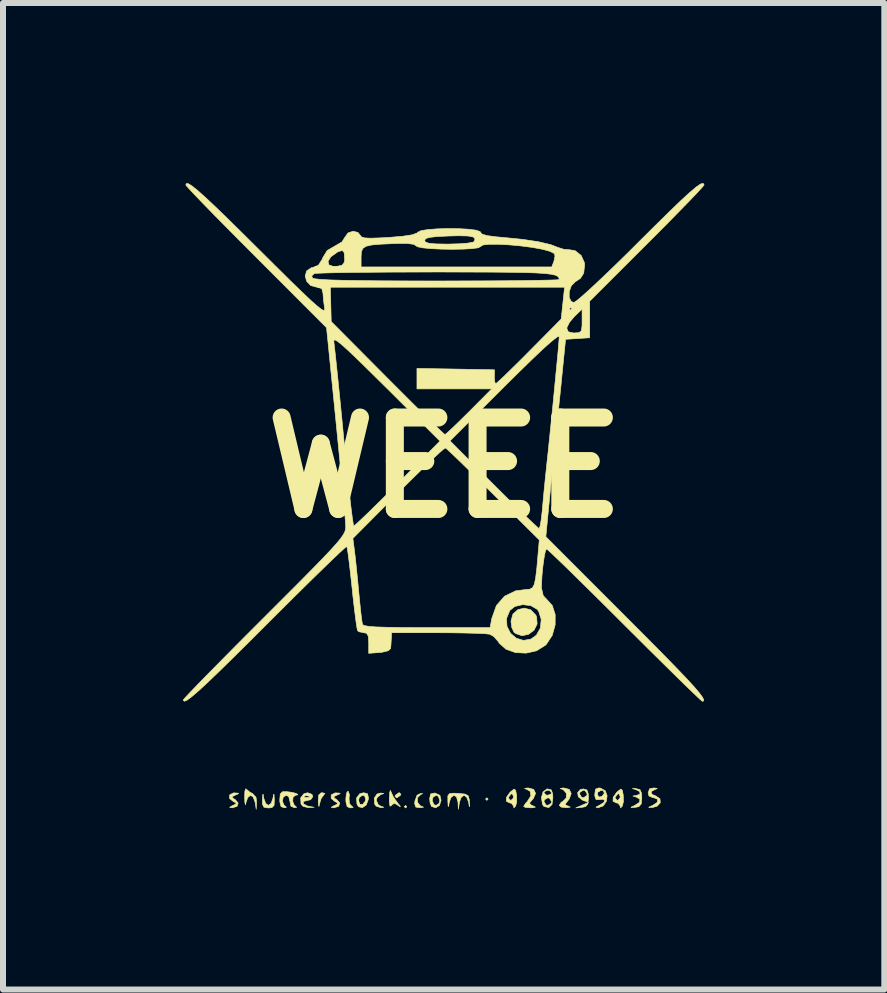
<source format=kicad_pcb>
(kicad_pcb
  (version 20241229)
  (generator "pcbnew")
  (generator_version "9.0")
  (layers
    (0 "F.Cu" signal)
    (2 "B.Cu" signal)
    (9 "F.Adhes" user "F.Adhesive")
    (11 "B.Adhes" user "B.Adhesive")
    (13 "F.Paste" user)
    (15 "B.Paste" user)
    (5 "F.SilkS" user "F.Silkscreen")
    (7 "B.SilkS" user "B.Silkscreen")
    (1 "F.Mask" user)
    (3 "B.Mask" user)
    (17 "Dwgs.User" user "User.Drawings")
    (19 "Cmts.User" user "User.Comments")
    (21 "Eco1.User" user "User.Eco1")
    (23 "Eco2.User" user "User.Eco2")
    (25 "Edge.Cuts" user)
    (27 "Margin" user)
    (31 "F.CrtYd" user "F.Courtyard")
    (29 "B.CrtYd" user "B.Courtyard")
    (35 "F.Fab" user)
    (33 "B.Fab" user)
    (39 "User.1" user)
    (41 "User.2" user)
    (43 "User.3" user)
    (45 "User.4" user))
  (footprint "WEEE"
    (layer "F.Cu")
    (at 4.365 4.743)
    (property "Reference" "WEEE" (at 0 0 0) (layer "F.SilkS") (effects (font (size 1.524 1.524) (thickness 0.3))))
    (attr through_hole)
    (fp_poly (pts (xy 2.392 5.58) (xy 2.385 5.583) (xy 2.385 5.577) (xy 2.392 5.58)) (stroke (width 0.01) (type solid)) (fill yes) (layer "F.SilkS"))
    (fp_poly (pts (xy -0.635 5.652) (xy -0.656 5.673) (xy -0.677 5.652) (xy -0.656 5.63) (xy -0.635 5.652)) (stroke (width 0.01) (type solid)) (fill yes) (layer "F.SilkS"))
    (fp_poly (pts (xy 0.72 5.524) (xy 0.699 5.546) (xy 0.677 5.524) (xy 0.699 5.503) (xy 0.72 5.524)) (stroke (width 0.01) (type solid)) (fill yes) (layer "F.SilkS"))
    (fp_poly (pts (xy 2.383 5.605) (xy 2.344 5.65) (xy 2.286 5.662) (xy 2.18 5.672) (xy 2.385 5.583) (xy 2.383 5.605)) (stroke (width 0.01) (type solid)) (fill yes) (layer "F.SilkS"))
    (fp_poly (pts (xy -0.734 5.445) (xy -0.741 5.461) (xy -0.797 5.502) (xy -0.809 5.503) (xy -0.832 5.477) (xy -0.826 5.461) (xy -0.769 5.42) (xy -0.757 5.419) (xy -0.734 5.445)) (stroke (width 0.01) (type solid)) (fill yes) (layer "F.SilkS"))
    (fp_poly (pts (xy -1.999 5.431) (xy -2.017 5.451) (xy -2.062 5.514) (xy -2.085 5.588) (xy -2.099 5.647) (xy -2.107 5.63) (xy -2.111 5.556) (xy -2.104 5.458) (xy -2.064 5.421) (xy -2.043 5.419) (xy -1.999 5.431)) (stroke (width 0.01) (type solid)) (fill yes) (layer "F.SilkS"))
    (fp_poly (pts (xy -1.613 5.395) (xy -1.591 5.45) (xy -1.598 5.508) (xy -1.592 5.598) (xy -1.562 5.634) (xy -1.529 5.664) (xy -1.577 5.672) (xy -1.577 5.672) (xy -1.629 5.651) (xy -1.649 5.575) (xy -1.651 5.522) (xy -1.642 5.43) (xy -1.619 5.393) (xy -1.613 5.395)) (stroke (width 0.01) (type solid)) (fill yes) (layer "F.SilkS"))
    (fp_poly (pts (xy -0.901 5.397) (xy -0.859 5.49) (xy -0.79 5.587) (xy -0.741 5.647) (xy -0.751 5.65) (xy -0.776 5.632) (xy -0.84 5.594) (xy -0.881 5.617) (xy -0.892 5.633) (xy -0.916 5.643) (xy -0.926 5.571) (xy -0.926 5.503) (xy -0.92 5.41) (xy -0.909 5.38) (xy -0.901 5.397)) (stroke (width 0.01) (type solid)) (fill yes) (layer "F.SilkS"))
    (fp_poly (pts (xy -0.37 5.434) (xy -0.401 5.447) (xy -0.456 5.498) (xy -0.459 5.575) (xy -0.413 5.635) (xy -0.392 5.643) (xy -0.356 5.659) (xy -0.401 5.667) (xy -0.416 5.668) (xy -0.485 5.658) (xy -0.504 5.603) (xy -0.5 5.557) (xy -0.464 5.46) (xy -0.412 5.434) (xy -0.37 5.434)) (stroke (width 0.01) (type solid)) (fill yes) (layer "F.SilkS"))
    (fp_poly (pts (xy 1.431 2.371) (xy 1.514 2.457) (xy 1.528 2.486) (xy 1.537 2.606) (xy 1.486 2.709) (xy 1.394 2.779) (xy 1.284 2.802) (xy 1.176 2.764) (xy 1.151 2.743) (xy 1.115 2.667) (xy 1.101 2.559) (xy 1.134 2.441) (xy 1.216 2.367) (xy 1.324 2.342) (xy 1.431 2.371)) (stroke (width 0.01) (type solid)) (fill yes) (layer "F.SilkS"))
    (fp_poly (pts (xy -1.018 5.43) (xy -1.048 5.442) (xy -1.069 5.448) (xy -1.131 5.501) (xy -1.143 5.546) (xy -1.109 5.621) (xy -1.069 5.643) (xy -1.018 5.66) (xy -1.049 5.666) (xy -1.07 5.668) (xy -1.147 5.641) (xy -1.17 5.609) (xy -1.178 5.51) (xy -1.131 5.44) (xy -1.07 5.424) (xy -1.018 5.43)) (stroke (width 0.01) (type solid)) (fill yes) (layer "F.SilkS"))
    (fp_poly (pts (xy -3.312 5.358) (xy -3.248 5.411) (xy -3.207 5.431) (xy -3.148 5.495) (xy -3.139 5.576) (xy -3.145 5.694) (xy -3.163 5.577) (xy -3.194 5.493) (xy -3.239 5.461) (xy -3.286 5.498) (xy -3.314 5.577) (xy -3.325 5.62) (xy -3.334 5.579) (xy -3.337 5.503) (xy -3.335 5.401) (xy -3.322 5.354) (xy -3.312 5.358)) (stroke (width 0.01) (type solid)) (fill yes) (layer "F.SilkS"))
    (fp_poly (pts (xy -2.848 5.449) (xy -2.843 5.535) (xy -2.847 5.63) (xy -2.884 5.667) (xy -2.942 5.673) (xy -3.015 5.661) (xy -3.041 5.611) (xy -3.042 5.535) (xy -3.036 5.449) (xy -3.03 5.443) (xy -3.018 5.514) (xy -2.987 5.598) (xy -2.942 5.63) (xy -2.895 5.594) (xy -2.867 5.514) (xy -2.854 5.443) (xy -2.848 5.449)) (stroke (width 0.01) (type solid)) (fill yes) (layer "F.SilkS"))
    (fp_poly (pts (xy -3.438 5.427) (xy -3.454 5.442) (xy -3.491 5.457) (xy -3.549 5.486) (xy -3.529 5.513) (xy -3.495 5.533) (xy -3.446 5.591) (xy -3.465 5.646) (xy -3.543 5.67) (xy -3.548 5.67) (xy -3.589 5.662) (xy -3.553 5.64) (xy -3.535 5.632) (xy -3.477 5.602) (xy -3.496 5.579) (xy -3.524 5.567) (xy -3.59 5.513) (xy -3.588 5.455) (xy -3.525 5.422) (xy -3.503 5.422) (xy -3.438 5.427)) (stroke (width 0.01) (type solid)) (fill yes) (layer "F.SilkS"))
    (fp_poly (pts (xy -1.745 5.427) (xy -1.761 5.442) (xy -1.797 5.457) (xy -1.855 5.486) (xy -1.836 5.513) (xy -1.802 5.533) (xy -1.752 5.591) (xy -1.772 5.646) (xy -1.85 5.67) (xy -1.855 5.67) (xy -1.896 5.662) (xy -1.86 5.64) (xy -1.841 5.632) (xy -1.784 5.602) (xy -1.803 5.579) (xy -1.831 5.567) (xy -1.896 5.513) (xy -1.895 5.455) (xy -1.831 5.422) (xy -1.81 5.422) (xy -1.745 5.427)) (stroke (width 0.01) (type solid)) (fill yes) (layer "F.SilkS"))
    (fp_poly (pts (xy 1.479 5.363) (xy 1.511 5.43) (xy 1.473 5.517) (xy 1.459 5.532) (xy 1.411 5.588) (xy 1.427 5.618) (xy 1.466 5.636) (xy 1.508 5.658) (xy 1.475 5.668) (xy 1.429 5.67) (xy 1.344 5.664) (xy 1.312 5.648) (xy 1.339 5.603) (xy 1.376 5.561) (xy 1.433 5.47) (xy 1.421 5.396) (xy 1.365 5.363) (xy 1.328 5.348) (xy 1.373 5.34) (xy 1.388 5.339) (xy 1.479 5.363)) (stroke (width 0.01) (type solid)) (fill yes) (layer "F.SilkS"))
    (fp_poly (pts (xy 2.366 5.372) (xy 2.389 5.437) (xy 2.392 5.503) (xy 2.385 5.577) (xy 2.293 5.542) (xy 2.223 5.486) (xy 2.216 5.44) (xy 2.244 5.44) (xy 2.278 5.496) (xy 2.307 5.503) (xy 2.363 5.469) (xy 2.371 5.44) (xy 2.337 5.384) (xy 2.307 5.376) (xy 2.251 5.41) (xy 2.244 5.44) (xy 2.216 5.44) (xy 2.212 5.417) (xy 2.257 5.365) (xy 2.308 5.355) (xy 2.366 5.372)) (stroke (width 0.01) (type solid)) (fill yes) (layer "F.SilkS"))
    (fp_poly (pts (xy -1.29 5.435) (xy -1.275 5.5) (xy -1.278 5.535) (xy -1.312 5.623) (xy -1.374 5.667) (xy -1.437 5.653) (xy -1.465 5.612) (xy -1.47 5.549) (xy -1.439 5.549) (xy -1.417 5.611) (xy -1.37 5.613) (xy -1.327 5.558) (xy -1.32 5.532) (xy -1.338 5.471) (xy -1.373 5.461) (xy -1.428 5.497) (xy -1.439 5.549) (xy -1.47 5.549) (xy -1.473 5.507) (xy -1.419 5.435) (xy -1.353 5.419) (xy -1.29 5.435)) (stroke (width 0.01) (type solid)) (fill yes) (layer "F.SilkS"))
    (fp_poly (pts (xy 2.072 5.363) (xy 2.105 5.433) (xy 2.071 5.524) (xy 2.055 5.544) (xy 2.008 5.604) (xy 2.021 5.631) (xy 2.061 5.643) (xy 2.09 5.658) (xy 2.036 5.667) (xy 2.021 5.668) (xy 1.937 5.658) (xy 1.905 5.629) (xy 1.939 5.577) (xy 1.968 5.561) (xy 2.023 5.505) (xy 2.024 5.427) (xy 1.973 5.369) (xy 1.958 5.363) (xy 1.921 5.348) (xy 1.965 5.34) (xy 1.98 5.339) (xy 2.072 5.363)) (stroke (width 0.01) (type solid)) (fill yes) (layer "F.SilkS"))
    (fp_poly (pts (xy 3.539 5.346) (xy 3.515 5.36) (xy 3.503 5.363) (xy 3.436 5.4) (xy 3.449 5.444) (xy 3.517 5.474) (xy 3.584 5.52) (xy 3.589 5.585) (xy 3.537 5.642) (xy 3.471 5.662) (xy 3.398 5.667) (xy 3.406 5.655) (xy 3.461 5.631) (xy 3.539 5.579) (xy 3.549 5.53) (xy 3.49 5.504) (xy 3.471 5.503) (xy 3.401 5.473) (xy 3.387 5.419) (xy 3.412 5.352) (xy 3.482 5.339) (xy 3.539 5.346)) (stroke (width 0.01) (type solid)) (fill yes) (layer "F.SilkS"))
    (fp_poly (pts (xy -0.159 5.426) (xy -0.083 5.463) (xy -0.064 5.545) (xy -0.091 5.63) (xy -0.154 5.67) (xy -0.223 5.647) (xy -0.224 5.646) (xy -0.248 5.584) (xy -0.251 5.546) (xy -0.212 5.546) (xy -0.185 5.615) (xy -0.148 5.63) (xy -0.096 5.595) (xy -0.085 5.546) (xy -0.111 5.477) (xy -0.148 5.461) (xy -0.2 5.496) (xy -0.212 5.546) (xy -0.251 5.546) (xy -0.254 5.514) (xy -0.238 5.439) (xy -0.175 5.424) (xy -0.159 5.426)) (stroke (width 0.01) (type solid)) (fill yes) (layer "F.SilkS"))
    (fp_poly (pts (xy 3.185 5.35) (xy 3.251 5.368) (xy 3.277 5.428) (xy 3.281 5.503) (xy 3.272 5.605) (xy 3.233 5.65) (xy 3.175 5.662) (xy 3.102 5.667) (xy 3.11 5.655) (xy 3.164 5.631) (xy 3.245 5.577) (xy 3.249 5.525) (xy 3.186 5.49) (xy 3.133 5.474) (xy 3.163 5.467) (xy 3.186 5.466) (xy 3.251 5.442) (xy 3.247 5.399) (xy 3.175 5.363) (xy 3.174 5.363) (xy 3.124 5.35) (xy 3.154 5.348) (xy 3.185 5.35)) (stroke (width 0.01) (type solid)) (fill yes) (layer "F.SilkS"))
    (fp_poly (pts (xy -2.217 5.445) (xy -2.201 5.482) (xy -2.237 5.534) (xy -2.286 5.546) (xy -2.359 5.564) (xy -2.361 5.602) (xy -2.296 5.638) (xy -2.275 5.643) (xy -2.18 5.661) (xy -2.277 5.667) (xy -2.362 5.647) (xy -2.398 5.609) (xy -2.404 5.506) (xy -2.395 5.493) (xy -2.352 5.493) (xy -2.311 5.5) (xy -2.256 5.492) (xy -2.255 5.478) (xy -2.312 5.468) (xy -2.336 5.474) (xy -2.352 5.493) (xy -2.395 5.493) (xy -2.35 5.435) (xy -2.287 5.419) (xy -2.217 5.445)) (stroke (width 0.01) (type solid)) (fill yes) (layer "F.SilkS"))
    (fp_poly (pts (xy 0.222 5.43) (xy 0.336 5.441) (xy 0.389 5.47) (xy 0.406 5.536) (xy 0.408 5.567) (xy 0.412 5.649) (xy 0.407 5.649) (xy 0.395 5.577) (xy 0.363 5.493) (xy 0.318 5.461) (xy 0.27 5.498) (xy 0.242 5.577) (xy 0.224 5.694) (xy 0.218 5.577) (xy 0.193 5.488) (xy 0.151 5.461) (xy 0.101 5.498) (xy 0.073 5.577) (xy 0.06 5.649) (xy 0.054 5.643) (xy 0.049 5.557) (xy 0.049 5.471) (xy 0.076 5.433) (xy 0.153 5.426) (xy 0.222 5.43)) (stroke (width 0.01) (type solid)) (fill yes) (layer "F.SilkS"))
    (fp_poly (pts (xy 1.178 5.376) (xy 1.194 5.458) (xy 1.197 5.567) (xy 1.179 5.64) (xy 1.15 5.672) (xy 1.144 5.641) (xy 1.109 5.594) (xy 1.079 5.588) (xy 1.024 5.561) (xy 1.026 5.506) (xy 1.058 5.506) (xy 1.091 5.545) (xy 1.101 5.546) (xy 1.138 5.511) (xy 1.143 5.48) (xy 1.122 5.436) (xy 1.101 5.44) (xy 1.06 5.494) (xy 1.058 5.506) (xy 1.026 5.506) (xy 1.026 5.496) (xy 1.084 5.413) (xy 1.096 5.402) (xy 1.152 5.358) (xy 1.178 5.376)) (stroke (width 0.01) (type solid)) (fill yes) (layer "F.SilkS"))
    (fp_poly (pts (xy 2.956 5.376) (xy 2.972 5.458) (xy 2.975 5.567) (xy 2.957 5.64) (xy 2.928 5.672) (xy 2.922 5.641) (xy 2.887 5.594) (xy 2.857 5.588) (xy 2.802 5.561) (xy 2.804 5.506) (xy 2.836 5.506) (xy 2.869 5.545) (xy 2.879 5.546) (xy 2.916 5.511) (xy 2.921 5.48) (xy 2.9 5.436) (xy 2.879 5.44) (xy 2.838 5.494) (xy 2.836 5.506) (xy 2.804 5.506) (xy 2.804 5.496) (xy 2.862 5.413) (xy 2.874 5.402) (xy 2.93 5.358) (xy 2.956 5.376)) (stroke (width 0.01) (type solid)) (fill yes) (layer "F.SilkS"))
    (fp_poly (pts (xy -2.534 5.415) (xy -2.47 5.435) (xy -2.45 5.453) (xy -2.491 5.461) (xy -2.531 5.493) (xy -2.537 5.562) (xy -2.511 5.627) (xy -2.487 5.645) (xy -2.472 5.663) (xy -2.508 5.669) (xy -2.567 5.642) (xy -2.582 5.567) (xy -2.604 5.482) (xy -2.646 5.461) (xy -2.695 5.493) (xy -2.708 5.562) (xy -2.681 5.627) (xy -2.656 5.645) (xy -2.642 5.663) (xy -2.678 5.669) (xy -2.731 5.65) (xy -2.751 5.572) (xy -2.752 5.533) (xy -2.744 5.438) (xy -2.706 5.402) (xy -2.622 5.402) (xy -2.534 5.415)) (stroke (width 0.01) (type solid)) (fill yes) (layer "F.SilkS"))
    (fp_poly (pts (xy 2.593 5.342) (xy 2.672 5.385) (xy 2.703 5.468) (xy 2.691 5.562) (xy 2.639 5.638) (xy 2.551 5.67) (xy 2.545 5.67) (xy 2.517 5.659) (xy 2.57 5.63) (xy 2.572 5.629) (xy 2.647 5.583) (xy 2.664 5.542) (xy 2.62 5.527) (xy 2.582 5.533) (xy 2.52 5.534) (xy 2.499 5.478) (xy 2.498 5.443) (xy 2.54 5.443) (xy 2.565 5.49) (xy 2.615 5.482) (xy 2.657 5.427) (xy 2.639 5.383) (xy 2.607 5.376) (xy 2.549 5.41) (xy 2.54 5.443) (xy 2.498 5.443) (xy 2.498 5.442) (xy 2.51 5.36) (xy 2.562 5.339) (xy 2.593 5.342)) (stroke (width 0.01) (type solid)) (fill yes) (layer "F.SilkS"))
    (fp_poly (pts (xy 1.773 5.372) (xy 1.796 5.437) (xy 1.799 5.503) (xy 1.785 5.614) (xy 1.736 5.662) (xy 1.725 5.665) (xy 1.65 5.647) (xy 1.626 5.615) (xy 1.619 5.567) (xy 1.651 5.567) (xy 1.685 5.623) (xy 1.714 5.63) (xy 1.771 5.596) (xy 1.778 5.567) (xy 1.744 5.511) (xy 1.714 5.503) (xy 1.658 5.537) (xy 1.651 5.567) (xy 1.619 5.567) (xy 1.608 5.5) (xy 1.632 5.419) (xy 1.651 5.419) (xy 1.685 5.456) (xy 1.714 5.461) (xy 1.771 5.438) (xy 1.778 5.419) (xy 1.744 5.381) (xy 1.714 5.376) (xy 1.658 5.399) (xy 1.651 5.419) (xy 1.632 5.419) (xy 1.635 5.405) (xy 1.699 5.357) (xy 1.714 5.355) (xy 1.773 5.372)) (stroke (width 0.01) (type solid)) (fill yes) (layer "F.SilkS"))
    (fp_poly (pts (xy 4.317 -4.72) (xy 4.318 -4.709) (xy 4.289 -4.673) (xy 4.207 -4.584) (xy 4.08 -4.45) (xy 3.913 -4.279) (xy 3.715 -4.077) (xy 3.493 -3.853) (xy 3.365 -3.725) (xy 2.413 -2.774) (xy 2.413 -2.164) (xy 2.212 -2.151) (xy 2.011 -2.138) (xy 1.96 -1.63) (xy 1.935 -1.375) (xy 1.906 -1.097) (xy 1.88 -0.837) (xy 1.865 -0.699) (xy 1.845 -0.504) (xy 1.82 -0.252) (xy 1.791 0.03) (xy 1.763 0.315) (xy 1.751 0.439) (xy 1.682 1.152) (xy 3 2.471) (xy 3.335 2.807) (xy 3.613 3.088) (xy 3.838 3.318) (xy 4.015 3.503) (xy 4.147 3.646) (xy 4.238 3.753) (xy 4.292 3.826) (xy 4.314 3.871) (xy 4.306 3.892) (xy 4.291 3.895) (xy 4.256 3.866) (xy 4.168 3.783) (xy 4.032 3.652) (xy 3.856 3.48) (xy 3.646 3.273) (xy 3.407 3.037) (xy 3.146 2.777) (xy 2.993 2.625) (xy 2.723 2.355) (xy 2.471 2.105) (xy 2.243 1.881) (xy 2.047 1.688) (xy 1.887 1.534) (xy 1.772 1.424) (xy 1.706 1.364) (xy 1.693 1.355) (xy 1.674 1.393) (xy 1.654 1.494) (xy 1.634 1.635) (xy 1.618 1.794) (xy 1.61 1.948) (xy 1.609 2.007) (xy 1.639 2.135) (xy 1.691 2.19) (xy 1.789 2.297) (xy 1.838 2.449) (xy 1.837 2.623) (xy 1.789 2.796) (xy 1.692 2.943) (xy 1.673 2.962) (xy 1.527 3.053) (xy 1.353 3.092) (xy 1.175 3.083) (xy 1.017 3.026) (xy 0.903 2.924) (xy 0.89 2.901) (xy 0.816 2.816) (xy 0.746 2.777) (xy 0.676 2.769) (xy 0.537 2.762) (xy 0.344 2.757) (xy 0.112 2.753) (xy -0.116 2.752) (xy -0.889 2.752) (xy -0.894 2.857) (xy -0.9 2.961) (xy -0.905 3.016) (xy -0.947 3.053) (xy -1.051 3.078) (xy -1.09 3.082) (xy -1.27 3.095) (xy -1.27 2.923) (xy -1.277 2.811) (xy -1.305 2.761) (xy -1.352 2.752) (xy -1.431 2.736) (xy -1.456 2.717) (xy -1.467 2.665) (xy -1.485 2.543) (xy -1.507 2.368) (xy -1.532 2.154) (xy -1.547 2.008) (xy -1.572 1.778) (xy -1.595 1.58) (xy -1.615 1.427) (xy -1.63 1.335) (xy -1.636 1.314) (xy -1.669 1.339) (xy -1.755 1.418) (xy -1.889 1.545) (xy -2.063 1.714) (xy -2.273 1.919) (xy -2.511 2.154) (xy -2.771 2.413) (xy -2.943 2.584) (xy -3.279 2.92) (xy -3.56 3.198) (xy -3.791 3.424) (xy -3.976 3.601) (xy -4.119 3.732) (xy -4.225 3.822) (xy -4.297 3.875) (xy -4.34 3.894) (xy -4.359 3.883) (xy -4.36 3.872) (xy -4.331 3.837) (xy -4.248 3.748) (xy -4.117 3.612) (xy -3.944 3.435) (xy -3.734 3.222) (xy -3.495 2.98) (xy -3.231 2.715) (xy -3.006 2.49) (xy -2.685 2.169) (xy -2.419 1.903) (xy -2.204 1.685) (xy -2.032 1.509) (xy -1.901 1.37) (xy -1.804 1.262) (xy -1.736 1.18) (xy -1.534 1.18) (xy -1.51 1.363) (xy -1.496 1.478) (xy -1.477 1.654) (xy -1.456 1.863) (xy -1.438 2.053) (xy -1.418 2.255) (xy -1.4 2.429) (xy -1.384 2.554) (xy -1.374 2.614) (xy -1.349 2.631) (xy -1.279 2.645) (xy -1.157 2.655) (xy -0.975 2.661) (xy -0.727 2.665) (xy -0.403 2.667) (xy -0.302 2.667) (xy 0.753 2.667) (xy 0.781 2.516) (xy 1.026 2.516) (xy 1.035 2.648) (xy 1.094 2.762) (xy 1.191 2.844) (xy 1.309 2.88) (xy 1.434 2.858) (xy 1.524 2.794) (xy 1.591 2.674) (xy 1.605 2.529) (xy 1.563 2.396) (xy 1.539 2.363) (xy 1.432 2.3) (xy 1.296 2.284) (xy 1.166 2.314) (xy 1.082 2.38) (xy 1.026 2.516) (xy 0.781 2.516) (xy 0.782 2.513) (xy 0.858 2.299) (xy 0.993 2.144) (xy 1.179 2.054) (xy 1.349 2.032) (xy 1.413 2.027) (xy 1.459 2.002) (xy 1.49 1.945) (xy 1.512 1.839) (xy 1.532 1.673) (xy 1.545 1.524) (xy 1.573 1.206) (xy 0.807 0.445) (xy 0.598 0.237) (xy 0.408 0.051) (xy 0.246 -0.107) (xy 0.119 -0.229) (xy 0.037 -0.305) (xy 0.009 -0.328) (xy -0.029 -0.303) (xy -0.117 -0.224) (xy -0.248 -0.102) (xy -0.413 0.058) (xy -0.605 0.246) (xy -0.779 0.42) (xy -1.534 1.18) (xy -1.736 1.18) (xy -1.736 1.179) (xy -1.692 1.116) (xy -1.667 1.066) (xy -1.656 1.025) (xy -1.653 0.986) (xy -1.653 0.981) (xy -1.658 0.904) (xy -1.67 0.754) (xy -1.689 0.54) (xy -1.714 0.273) (xy -1.744 -0.036) (xy -1.777 -0.377) (xy -1.813 -0.74) (xy -1.814 -0.753) (xy -1.949 -2.095) (xy -1.851 -2.095) (xy -1.842 -2.024) (xy -1.826 -1.88) (xy -1.804 -1.672) (xy -1.777 -1.412) (xy -1.747 -1.11) (xy -1.714 -0.778) (xy -1.687 -0.497) (xy -1.654 -0.155) (xy -1.621 0.16) (xy -1.591 0.436) (xy -1.565 0.665) (xy -1.543 0.838) (xy -1.527 0.943) (xy -1.519 0.974) (xy -1.483 0.945) (xy -1.396 0.864) (xy -1.266 0.74) (xy -1.103 0.58) (xy -0.915 0.394) (xy -0.787 0.266) (xy -0.082 -0.442) (xy -0.086 -0.445) (xy 0.085 -0.445) (xy 0.814 0.285) (xy 1.018 0.488) (xy 1.201 0.669) (xy 1.357 0.82) (xy 1.476 0.933) (xy 1.55 1.001) (xy 1.571 1.016) (xy 1.586 0.977) (xy 1.604 0.874) (xy 1.621 0.727) (xy 1.625 0.688) (xy 1.643 0.482) (xy 1.667 0.239) (xy 1.691 0.008) (xy 1.694 -0.021) (xy 1.719 -0.252) (xy 1.746 -0.515) (xy 1.775 -0.798) (xy 1.804 -1.086) (xy 1.831 -1.367) (xy 1.856 -1.627) (xy 1.878 -1.852) (xy 1.894 -2.03) (xy 1.903 -2.146) (xy 1.905 -2.183) (xy 1.877 -2.181) (xy 1.791 -2.116) (xy 1.648 -1.99) (xy 1.449 -1.801) (xy 1.192 -1.55) (xy 0.995 -1.355) (xy 0.085 -0.445) (xy -0.086 -0.445) (xy -0.977 -1.332) (xy -1.235 -1.587) (xy -1.439 -1.787) (xy -1.595 -1.936) (xy -1.708 -2.039) (xy -1.785 -2.101) (xy -1.83 -2.128) (xy -1.85 -2.123) (xy -1.851 -2.095) (xy -1.949 -2.095) (xy -1.973 -2.332) (xy -3.145 -3.505) (xy -3.404 -3.765) (xy -3.643 -4.006) (xy -3.856 -4.222) (xy -4.036 -4.407) (xy -4.177 -4.554) (xy -4.272 -4.656) (xy -4.316 -4.706) (xy -4.318 -4.71) (xy -4.308 -4.735) (xy -4.277 -4.732) (xy -4.218 -4.696) (xy -4.128 -4.624) (xy -4.002 -4.512) (xy -3.834 -4.355) (xy -3.621 -4.149) (xy -3.358 -3.89) (xy -3.096 -3.63) (xy -2.807 -3.343) (xy -2.573 -3.111) (xy -2.387 -2.931) (xy -2.245 -2.796) (xy -2.141 -2.703) (xy -2.07 -2.646) (xy -2.028 -2.621) (xy -2.007 -2.623) (xy -2.004 -2.648) (xy -2.006 -2.662) (xy -2.024 -2.793) (xy -2.032 -2.905) (xy -2.052 -2.983) (xy -2.127 -3.006) (xy -2.133 -3.006) (xy -1.909 -3.006) (xy -1.895 -2.434) (xy -0.959 -1.492) (xy -0.728 -1.261) (xy -0.517 -1.05) (xy -0.332 -0.868) (xy -0.181 -0.72) (xy -0.071 -0.614) (xy -0.01 -0.558) (xy 0.001 -0.55) (xy 0.037 -0.579) (xy 0.121 -0.656) (xy 0.24 -0.771) (xy 0.383 -0.912) (xy 0.402 -0.931) (xy 0.781 -1.312) (xy -0.466 -1.312) (xy -0.466 -1.653) (xy 0.18 -1.642) (xy 0.826 -1.63) (xy 0.824 -1.513) (xy 0.83 -1.429) (xy 0.846 -1.397) (xy 0.881 -1.426) (xy 0.967 -1.505) (xy 1.091 -1.626) (xy 1.246 -1.778) (xy 1.404 -1.937) (xy 1.784 -2.32) (xy 2.032 -2.32) (xy 2.056 -2.263) (xy 2.141 -2.244) (xy 2.159 -2.244) (xy 2.236 -2.249) (xy 2.273 -2.279) (xy 2.285 -2.358) (xy 2.286 -2.442) (xy 2.286 -2.641) (xy 2.159 -2.519) (xy 2.078 -2.424) (xy 2.035 -2.339) (xy 2.032 -2.32) (xy 1.784 -2.32) (xy 1.938 -2.477) (xy 1.956 -2.646) (xy 2.074 -2.646) (xy 2.095 -2.625) (xy 2.117 -2.646) (xy 2.095 -2.667) (xy 2.074 -2.646) (xy 1.956 -2.646) (xy 1.994 -3.006) (xy -1.909 -3.006) (xy -2.133 -3.006) (xy -2.133 -3.006) (xy -2.238 -3.035) (xy -2.305 -3.106) (xy -2.328 -3.193) (xy -2.221 -3.193) (xy -2.206 -3.159) (xy -2.169 -3.147) (xy -2.077 -3.137) (xy -1.927 -3.128) (xy -1.714 -3.122) (xy -1.433 -3.117) (xy -1.08 -3.113) (xy -0.652 -3.111) (xy -0.143 -3.11) (xy -0.13 -3.11) (xy 0.276 -3.111) (xy 0.655 -3.112) (xy 0.999 -3.114) (xy 1.299 -3.117) (xy 1.548 -3.121) (xy 1.738 -3.125) (xy 1.859 -3.129) (xy 1.905 -3.134) (xy 1.905 -3.134) (xy 1.9 -3.163) (xy 1.881 -3.187) (xy 1.841 -3.207) (xy 1.773 -3.222) (xy 1.669 -3.235) (xy 1.524 -3.244) (xy 1.33 -3.251) (xy 1.08 -3.255) (xy 0.767 -3.258) (xy 0.385 -3.259) (xy -0.074 -3.26) (xy -0.153 -3.26) (xy -0.554 -3.259) (xy -0.93 -3.258) (xy -1.273 -3.255) (xy -1.573 -3.252) (xy -1.823 -3.248) (xy -2.013 -3.243) (xy -2.134 -3.238) (xy -2.178 -3.234) (xy -2.221 -3.193) (xy -2.328 -3.193) (xy -2.328 -3.195) (xy -2.304 -3.278) (xy -2.228 -3.33) (xy -2.199 -3.336) (xy -2.108 -3.373) (xy -2.067 -3.438) (xy -1.948 -3.438) (xy -1.933 -3.378) (xy -1.855 -3.351) (xy -1.81 -3.352) (xy -1.713 -3.373) (xy -1.676 -3.423) (xy -1.671 -3.471) (xy -1.674 -3.51) (xy -1.397 -3.51) (xy -1.397 -3.344) (xy 1.781 -3.344) (xy 1.817 -3.44) (xy 1.835 -3.525) (xy 1.824 -3.567) (xy 1.755 -3.603) (xy 1.628 -3.638) (xy 1.46 -3.669) (xy 1.27 -3.694) (xy 1.074 -3.712) (xy 0.891 -3.722) (xy 0.738 -3.722) (xy 0.633 -3.71) (xy 0.593 -3.684) (xy 0.593 -3.683) (xy 0.554 -3.663) (xy 0.45 -3.649) (xy 0.3 -3.641) (xy 0.124 -3.638) (xy -0.059 -3.641) (xy -0.23 -3.649) (xy -0.368 -3.662) (xy -0.456 -3.68) (xy -0.476 -3.693) (xy -0.518 -3.721) (xy -0.624 -3.735) (xy -0.804 -3.735) (xy -0.829 -3.734) (xy -1.058 -3.724) (xy -1.215 -3.711) (xy -1.314 -3.689) (xy -1.369 -3.652) (xy -1.392 -3.596) (xy -1.397 -3.514) (xy -1.397 -3.51) (xy -1.674 -3.51) (xy -1.678 -3.581) (xy -1.71 -3.619) (xy -1.778 -3.599) (xy -1.791 -3.592) (xy -1.9 -3.514) (xy -1.948 -3.438) (xy -2.067 -3.438) (xy -2.045 -3.472) (xy -2.038 -3.493) (xy -1.963 -3.617) (xy -1.838 -3.69) (xy -1.716 -3.761) (xy -1.7 -3.786) (xy -0.339 -3.786) (xy -0.322 -3.757) (xy -0.263 -3.738) (xy -0.148 -3.728) (xy 0.037 -3.725) (xy 0.061 -3.725) (xy 0.238 -3.73) (xy 0.38 -3.741) (xy 0.469 -3.757) (xy 0.487 -3.768) (xy 0.502 -3.814) (xy 0.471 -3.844) (xy 0.384 -3.86) (xy 0.23 -3.864) (xy 0.068 -3.86) (xy -0.129 -3.851) (xy -0.253 -3.837) (xy -0.319 -3.817) (xy -0.339 -3.787) (xy -0.339 -3.786) (xy -1.7 -3.786) (xy -1.666 -3.84) (xy -1.615 -3.911) (xy -1.53 -3.939) (xy -1.449 -3.919) (xy -1.412 -3.872) (xy -1.389 -3.844) (xy -1.337 -3.828) (xy -1.242 -3.823) (xy -1.087 -3.828) (xy -0.937 -3.836) (xy -0.701 -3.856) (xy -0.545 -3.88) (xy -0.464 -3.91) (xy -0.453 -3.922) (xy -0.399 -3.948) (xy -0.284 -3.967) (xy -0.127 -3.979) (xy 0.05 -3.984) (xy 0.23 -3.982) (xy 0.392 -3.973) (xy 0.517 -3.957) (xy 0.586 -3.934) (xy 0.593 -3.922) (xy 0.619 -3.891) (xy 0.704 -3.866) (xy 0.857 -3.846) (xy 0.981 -3.835) (xy 1.293 -3.804) (xy 1.558 -3.764) (xy 1.763 -3.716) (xy 1.884 -3.669) (xy 1.986 -3.637) (xy 2.045 -3.635) (xy 2.169 -3.616) (xy 2.271 -3.535) (xy 2.325 -3.415) (xy 2.328 -3.375) (xy 2.313 -3.24) (xy 2.259 -3.154) (xy 2.17 -3.095) (xy 2.106 -3.029) (xy 2.072 -2.934) (xy 2.071 -2.837) (xy 2.105 -2.768) (xy 2.149 -2.752) (xy 2.196 -2.781) (xy 2.294 -2.863) (xy 2.437 -2.992) (xy 2.616 -3.16) (xy 2.825 -3.36) (xy 3.055 -3.585) (xy 3.217 -3.747) (xy 3.51 -4.038) (xy 3.748 -4.272) (xy 3.937 -4.454) (xy 4.083 -4.587) (xy 4.188 -4.676) (xy 4.259 -4.725) (xy 4.301 -4.738) (xy 4.317 -4.72)) (stroke (width 0.01) (type solid)) (fill yes) (layer "F.SilkS")))
  (gr_rect
    (start -3 -3)
    (end 11.688 13.442)
    (stroke (width 0.1) (type default))
    (fill no)
    (layer "Edge.Cuts")))
</source>
